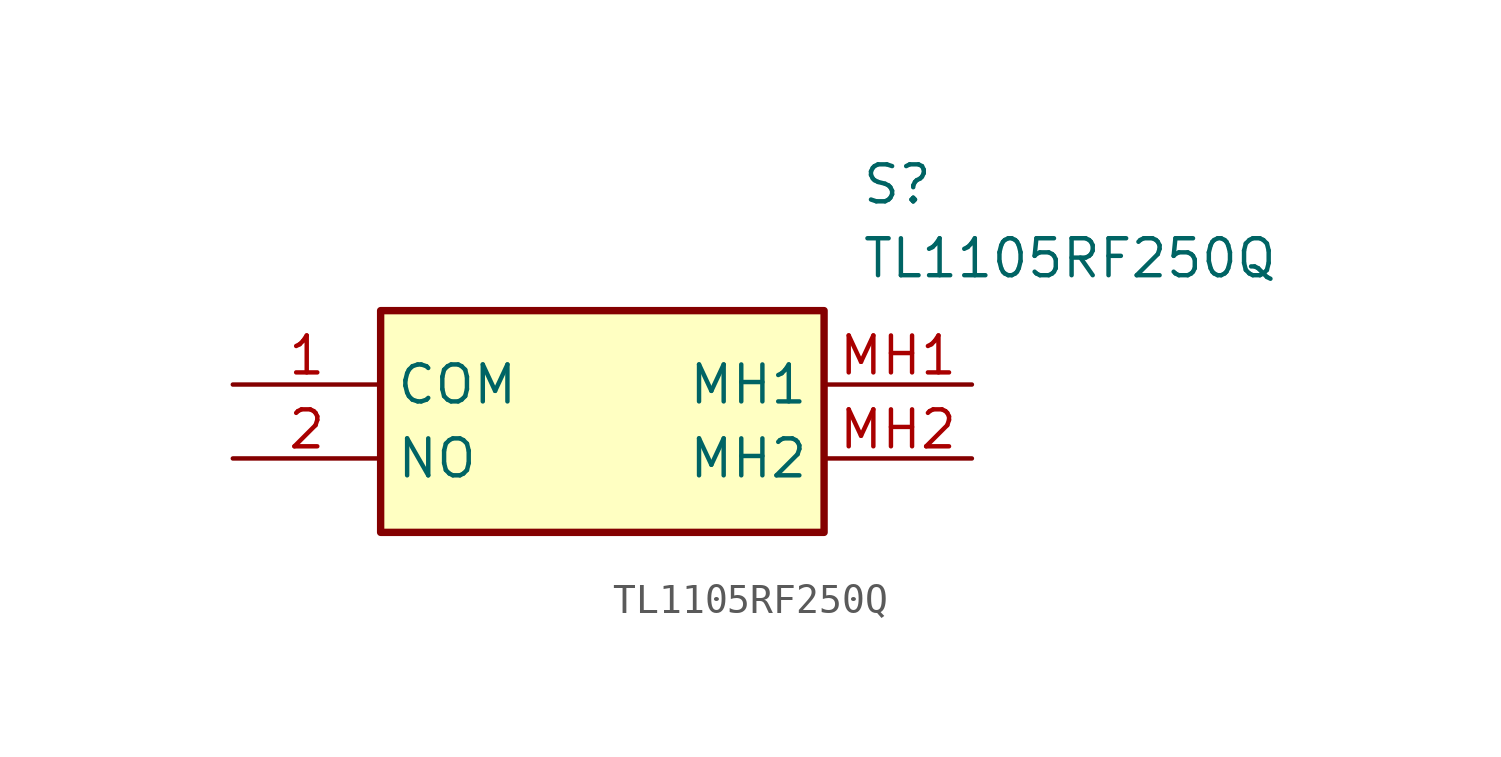
<source format=kicad_sym>
(kicad_symbol_lib
  (version 20211014)
  (generator SamacSys_ECAD_Model)
  (symbol "TL1105RF250Q"
    (property "Reference" "S"
      (at 21.59 7.62 0)
      (effects (font (size 1.27 1.27)) (justify left top)))
    (property "Value" "TL1105RF250Q"
      (at 21.59 5.08 0)
      (effects (font (size 1.27 1.27)) (justify left top)))
    (rectangle
      (start 5.08 2.54)
      (end 20.32 -5.08)
      (stroke (width 0.254) (type default))
      (fill (type background)))
    (pin passive line
      (at 0 0 0)
      (length 5.08)
      (name "COM" (effects (font (size 1.27 1.27))))
      (number "1" (effects (font (size 1.27 1.27)))))
    (pin passive line
      (at 0 -2.54 0)
      (length 5.08)
      (name "NO" (effects (font (size 1.27 1.27))))
      (number "2" (effects (font (size 1.27 1.27)))))
    (pin passive line
      (at 25.4 0 180)
      (length 5.08)
      (name "MH1" (effects (font (size 1.27 1.27))))
      (number "MH1" (effects (font (size 1.27 1.27)))))
    (pin passive line
      (at 25.4 -2.54 180)
      (length 5.08)
      (name "MH2" (effects (font (size 1.27 1.27))))
      (number "MH2" (effects (font (size 1.27 1.27)))))))
</source>
